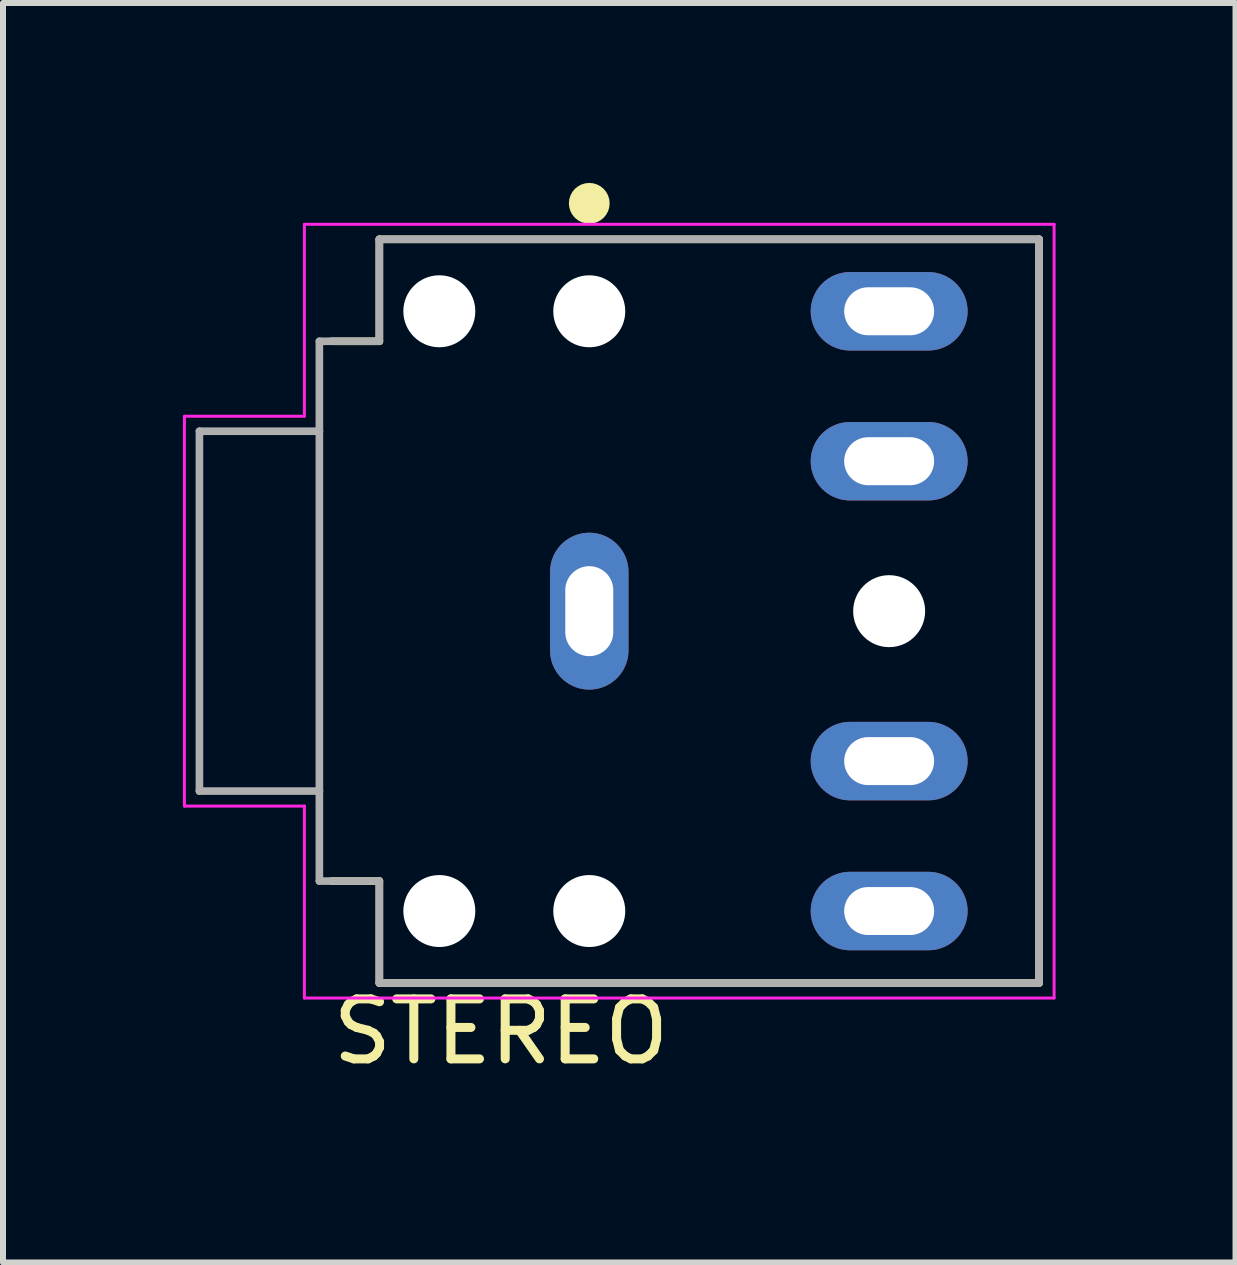
<source format=kicad_pcb>
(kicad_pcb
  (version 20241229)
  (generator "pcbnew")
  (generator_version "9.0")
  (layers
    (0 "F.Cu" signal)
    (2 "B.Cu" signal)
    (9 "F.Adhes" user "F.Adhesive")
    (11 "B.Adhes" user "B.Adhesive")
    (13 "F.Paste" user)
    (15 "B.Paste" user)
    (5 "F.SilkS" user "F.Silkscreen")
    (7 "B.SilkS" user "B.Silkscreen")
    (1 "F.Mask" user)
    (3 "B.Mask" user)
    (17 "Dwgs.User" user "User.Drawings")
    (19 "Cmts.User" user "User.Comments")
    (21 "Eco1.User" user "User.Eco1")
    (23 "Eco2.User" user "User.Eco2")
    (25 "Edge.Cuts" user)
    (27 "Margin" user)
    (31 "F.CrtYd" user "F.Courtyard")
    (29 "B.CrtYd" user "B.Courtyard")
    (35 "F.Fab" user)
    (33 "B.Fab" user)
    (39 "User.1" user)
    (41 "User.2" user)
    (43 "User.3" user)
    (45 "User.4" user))
  (footprint "STEREO"
    (layer "F.Cu")
    (at 6.775 7.14)
    (property "Reference" "STEREO" (at -1.473 7.01 180) (layer "F.SilkS") (effects (font (size 1 1) (thickness 0.15))))
    (attr through_hole)
    (fp_line (start -3.5 -6.2) (end -3.5 -4.5) (stroke (width 0.127) (type solid)) (layer "F.SilkS"))
    (fp_line (start -3.5 -4.5) (end -4.3 -4.5) (stroke (width 0.127) (type solid)) (layer "F.SilkS"))
    (fp_line (start -3.5 4.5) (end -4.3 4.5) (stroke (width 0.127) (type solid)) (layer "F.SilkS"))
    (fp_line (start -3.5 4.5) (end -3.5 6.2) (stroke (width 0.127) (type solid)) (layer "F.SilkS"))
    (fp_line (start 7.5 -6.2) (end -3.5 -6.2) (stroke (width 0.127) (type solid)) (layer "F.SilkS"))
    (fp_line (start 7.5 -6.2) (end 7.5 6.2) (stroke (width 0.127) (type solid)) (layer "F.SilkS"))
    (fp_line (start 7.5 6.2) (end -3.5 6.2) (stroke (width 0.127) (type solid)) (layer "F.SilkS"))
    (fp_circle (center 0 -6.8) (end 0.17 -6.8) (stroke (width 0.34) (type solid)) (fill no) (layer "F.SilkS"))
    (fp_line (start -6.75 -3.25) (end -6.75 3.25) (stroke (width 0.05) (type solid)) (layer "F.CrtYd"))
    (fp_line (start -6.75 3.25) (end -4.75 3.25) (stroke (width 0.05) (type solid)) (layer "F.CrtYd"))
    (fp_line (start -4.75 -6.45) (end -4.75 -3.25) (stroke (width 0.05) (type solid)) (layer "F.CrtYd"))
    (fp_line (start -4.75 -6.45) (end 7.75 -6.45) (stroke (width 0.05) (type solid)) (layer "F.CrtYd"))
    (fp_line (start -4.75 -3.25) (end -6.75 -3.25) (stroke (width 0.05) (type solid)) (layer "F.CrtYd"))
    (fp_line (start -4.75 3.25) (end -4.75 6.45) (stroke (width 0.05) (type solid)) (layer "F.CrtYd"))
    (fp_line (start 7.75 -6.45) (end 7.75 6.45) (stroke (width 0.05) (type solid)) (layer "F.CrtYd"))
    (fp_line (start 7.75 6.45) (end -4.75 6.45) (stroke (width 0.05) (type solid)) (layer "F.CrtYd"))
    (fp_line (start -6.5 -3) (end -6.5 3) (stroke (width 0.127) (type solid)) (layer "F.Fab"))
    (fp_line (start -6.5 3) (end -4.5 3) (stroke (width 0.127) (type solid)) (layer "F.Fab"))
    (fp_line (start -4.5 -4.5) (end -4.5 -3) (stroke (width 0.127) (type solid)) (layer "F.Fab"))
    (fp_line (start -4.5 -3) (end -6.5 -3) (stroke (width 0.127) (type solid)) (layer "F.Fab"))
    (fp_line (start -4.5 -3) (end -4.5 3) (stroke (width 0.127) (type solid)) (layer "F.Fab"))
    (fp_line (start -4.5 3) (end -4.5 4.5) (stroke (width 0.127) (type solid)) (layer "F.Fab"))
    (fp_line (start -4.5 4.5) (end -3.5 4.5) (stroke (width 0.127) (type solid)) (layer "F.Fab"))
    (fp_line (start -3.5 -6.2) (end -3.5 -4.5) (stroke (width 0.127) (type solid)) (layer "F.Fab"))
    (fp_line (start -3.5 -4.5) (end -4.5 -4.5) (stroke (width 0.127) (type solid)) (layer "F.Fab"))
    (fp_line (start -3.5 4.5) (end -3.5 6.2) (stroke (width 0.127) (type solid)) (layer "F.Fab"))
    (fp_line (start 7.5 -6.2) (end -3.5 -6.2) (stroke (width 0.127) (type solid)) (layer "F.Fab"))
    (fp_line (start 7.5 -6.2) (end 7.5 6.2) (stroke (width 0.127) (type solid)) (layer "F.Fab"))
    (fp_line (start 7.5 6.2) (end -3.5 6.2) (stroke (width 0.127) (type solid)) (layer "F.Fab"))
    (pad "" np_thru_hole circle (at -2.5 -5) (size 1.2 1.2) (drill 1.2) (layers "*.Cu" "*.Mask"))
    (pad "" np_thru_hole circle (at -2.5 5) (size 1.2 1.2) (drill 1.2) (layers "*.Cu" "*.Mask"))
    (pad "" np_thru_hole circle (at 0 -5) (size 1.2 1.2) (drill 1.2) (layers "*.Cu" "*.Mask"))
    (pad "" np_thru_hole circle (at 0 5) (size 1.2 1.2) (drill 1.2) (layers "*.Cu" "*.Mask"))
    (pad "" np_thru_hole circle (at 5 0) (size 1.2 1.2) (drill 1.2) (layers "*.Cu" "*.Mask"))
    (pad "1" thru_hole oval (at 0 0) (size 1.308 2.616) (drill oval 0.8 1.5) (layers "*.Cu" "*.Mask"))
    (pad "2" thru_hole oval (at 5 5) (size 2.616 1.308) (drill oval 1.5 0.8) (layers "*.Cu" "*.Mask"))
    (pad "3" thru_hole oval (at 5 -5) (size 2.616 1.308) (drill oval 1.5 0.8) (layers "*.Cu" "*.Mask"))
    (pad "10" thru_hole oval (at 5 2.5) (size 2.616 1.308) (drill oval 1.5 0.8) (layers "*.Cu" "*.Mask"))
    (pad "11" thru_hole oval (at 5 -2.5) (size 2.616 1.308) (drill oval 1.5 0.8) (layers "*.Cu" "*.Mask")))
  (gr_rect
    (start -3 -3)
    (end 17.55 17.999)
    (stroke (width 0.1) (type default))
    (fill no)
    (layer "Edge.Cuts")))
</source>
